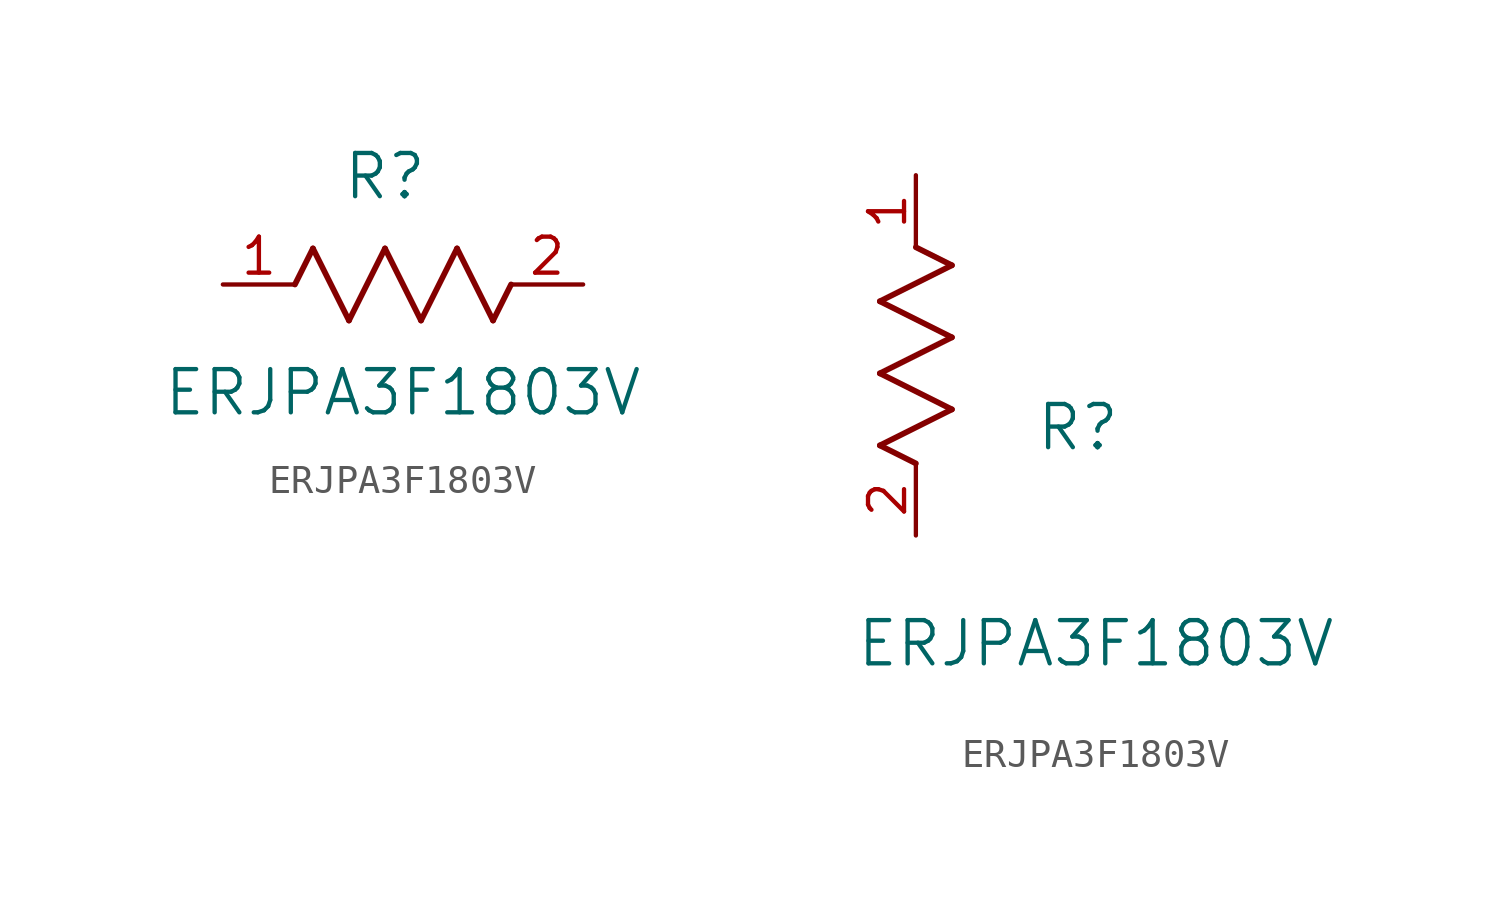
<source format=kicad_sym>
(kicad_symbol_lib
  (version 20211014)
  (generator kicad_symbol_editor)
  (symbol "ERJPA3F1803V"
    (pin_names
      (offset 0.254))
    (property "Reference" "R"
      (at 5.715 3.81 0)
      (effects (font (size 1.524 1.524))))
    (property "Value" "ERJPA3F1803V"
      (at 6.35 -3.81 0)
      (effects (font (size 1.524 1.524))))
    (symbol "ERJPA3F1803V_1_1"
      (polyline (pts (xy 3.175 1.27) (xy 4.445 -1.27)) (stroke (width 0.203) (type default) (color 0 0 0 0)) (fill (type none)))
      (polyline (pts (xy 4.445 -1.27) (xy 5.715 1.27)) (stroke (width 0.203) (type default) (color 0 0 0 0)) (fill (type none)))
      (polyline (pts (xy 5.715 1.27) (xy 6.985 -1.27)) (stroke (width 0.203) (type default) (color 0 0 0 0)) (fill (type none)))
      (polyline (pts (xy 6.985 -1.27) (xy 8.255 1.27)) (stroke (width 0.203) (type default) (color 0 0 0 0)) (fill (type none)))
      (polyline (pts (xy 8.255 1.27) (xy 9.525 -1.27)) (stroke (width 0.203) (type default) (color 0 0 0 0)) (fill (type none)))
      (polyline (pts (xy 2.54 0) (xy 3.175 1.27)) (stroke (width 0.203) (type default) (color 0 0 0 0)) (fill (type none)))
      (polyline (pts (xy 9.525 -1.27) (xy 10.16 0)) (stroke (width 0.203) (type default) (color 0 0 0 0)) (fill (type none)))
      (pin unspecified line (at 0 0 0) (length 2.54) (name "" (effects (font (size 1.27 1.27)))) (number "1" (effects (font (size 1.27 1.27)))))
      (pin unspecified line (at 12.7 0 180) (length 2.54) (name "" (effects (font (size 1.27 1.27)))) (number "2" (effects (font (size 1.27 1.27))))))
    (symbol "ERJPA3F1803V_1_2"
      (polyline (pts (xy 0 2.54) (xy -1.27 3.175)) (stroke (width 0.203) (type default) (color 0 0 0 0)) (fill (type none)))
      (polyline (pts (xy -1.27 3.175) (xy 1.27 4.445)) (stroke (width 0.203) (type default) (color 0 0 0 0)) (fill (type none)))
      (polyline (pts (xy 1.27 4.445) (xy -1.27 5.715)) (stroke (width 0.203) (type default) (color 0 0 0 0)) (fill (type none)))
      (polyline (pts (xy -1.27 5.715) (xy 1.27 6.985)) (stroke (width 0.203) (type default) (color 0 0 0 0)) (fill (type none)))
      (polyline (pts (xy -1.27 8.255) (xy 1.27 9.525)) (stroke (width 0.203) (type default) (color 0 0 0 0)) (fill (type none)))
      (polyline (pts (xy 1.27 9.525) (xy 0 10.16)) (stroke (width 0.203) (type default) (color 0 0 0 0)) (fill (type none)))
      (polyline (pts (xy 1.27 6.985) (xy -1.27 8.255)) (stroke (width 0.203) (type default) (color 0 0 0 0)) (fill (type none)))
      (pin unspecified line (at 0 12.7 270) (length 2.54) (name "" (effects (font (size 1.27 1.27)))) (number "1" (effects (font (size 1.27 1.27)))))
      (pin unspecified line (at 0 0 90) (length 2.54) (name "" (effects (font (size 1.27 1.27)))) (number "2" (effects (font (size 1.27 1.27))))))))
</source>
